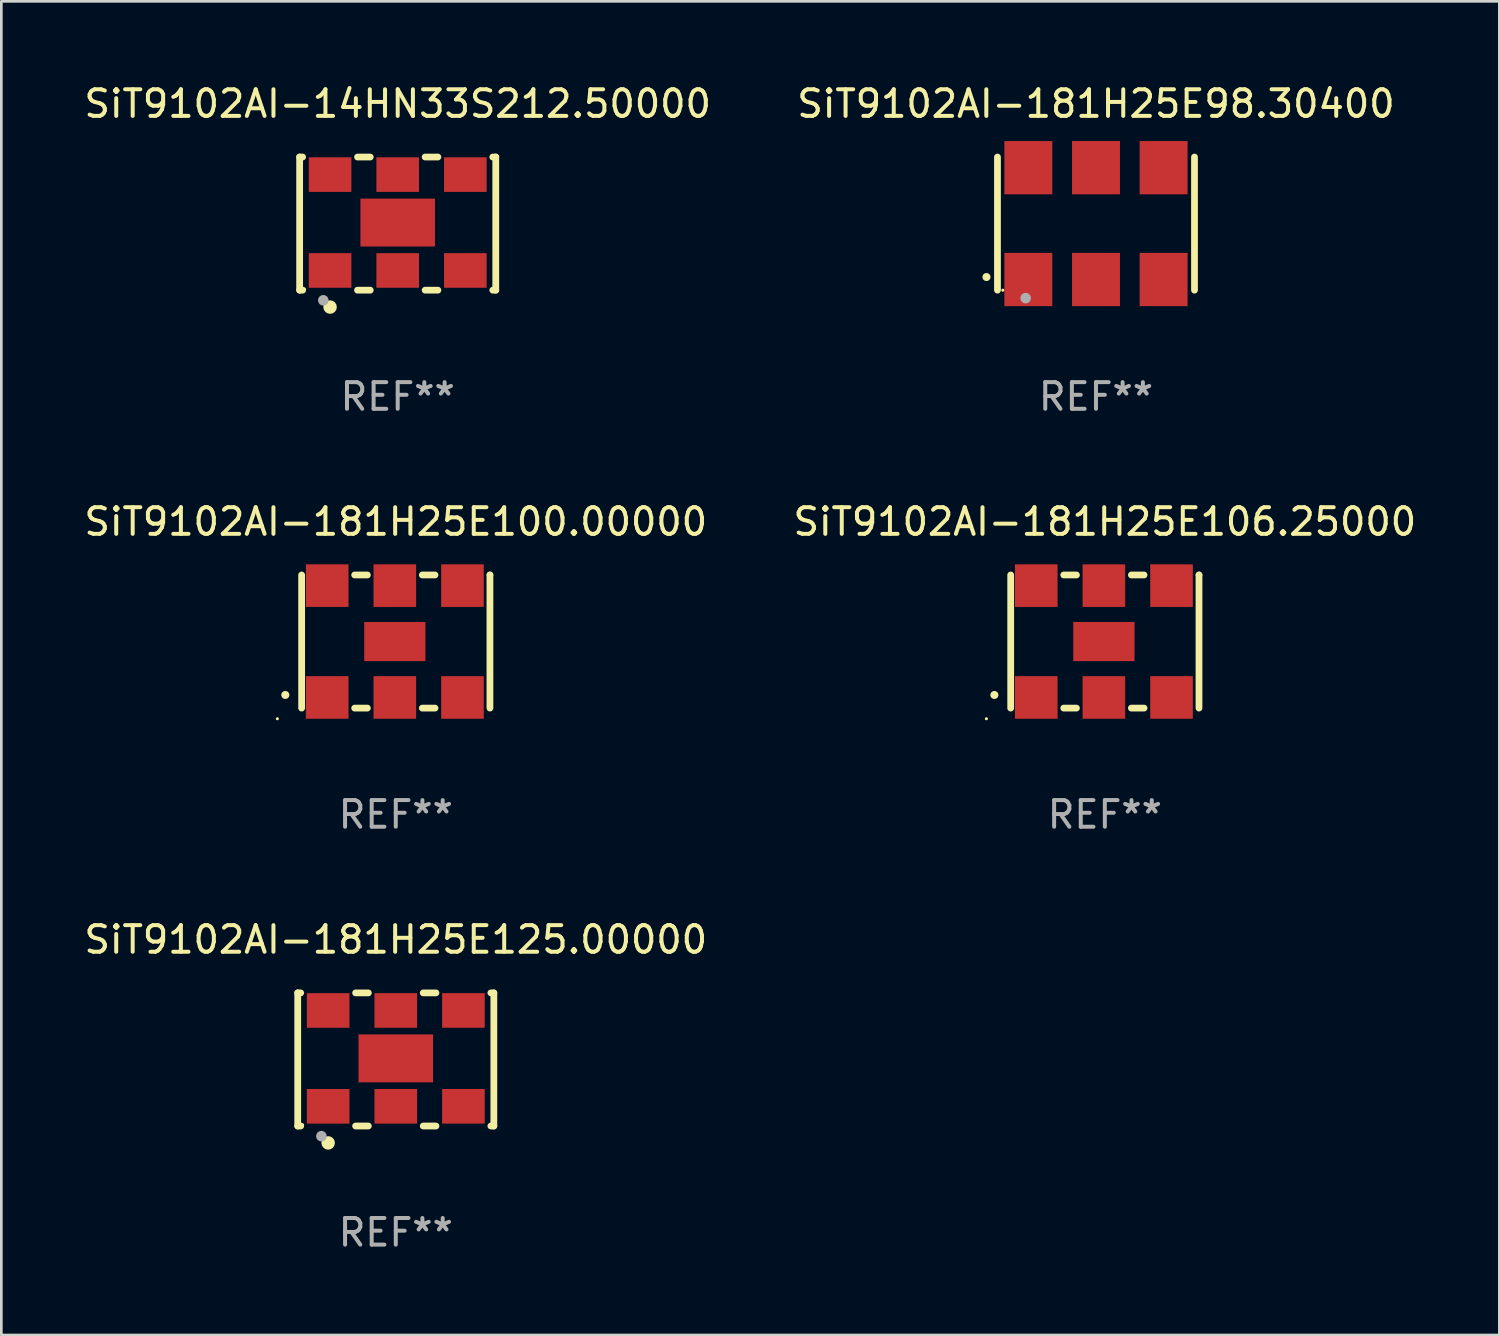
<source format=kicad_pcb>
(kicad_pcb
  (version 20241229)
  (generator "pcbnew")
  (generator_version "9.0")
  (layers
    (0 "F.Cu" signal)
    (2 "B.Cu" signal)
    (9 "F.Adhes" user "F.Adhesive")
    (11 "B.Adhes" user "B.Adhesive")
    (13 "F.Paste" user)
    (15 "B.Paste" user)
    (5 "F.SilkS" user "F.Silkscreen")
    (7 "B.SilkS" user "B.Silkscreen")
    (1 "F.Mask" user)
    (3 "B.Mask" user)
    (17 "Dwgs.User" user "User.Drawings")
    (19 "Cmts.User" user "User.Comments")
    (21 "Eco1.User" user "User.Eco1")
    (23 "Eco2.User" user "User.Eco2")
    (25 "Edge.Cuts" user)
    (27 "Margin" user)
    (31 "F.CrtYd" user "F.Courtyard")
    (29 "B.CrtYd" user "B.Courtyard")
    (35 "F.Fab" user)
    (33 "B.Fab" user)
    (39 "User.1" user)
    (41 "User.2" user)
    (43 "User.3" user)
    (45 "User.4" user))
  (footprint "SiT9102AI-181H25E106.25000"
    (layer "F.Cu")
    (at 38.446 21.045)
    (property "Reference" "SiT9102AI-181H25E106.25000" (at 0 -4.5 0) (layer "F.SilkS") (effects (font (size 1 1) (thickness 0.15))))
    (attr through_hole)
    (fp_line (start -3.536 -2.5) (end -3.536 2.5) (stroke (width 0.254) (type solid)) (layer "F.SilkS"))
    (fp_line (start -1.544 2.5) (end -1.067 2.5) (stroke (width 0.254) (type solid)) (layer "F.SilkS"))
    (fp_line (start -1.067 -2.5) (end -1.544 -2.5) (stroke (width 0.254) (type solid)) (layer "F.SilkS"))
    (fp_line (start 0.996 2.5) (end 1.473 2.5) (stroke (width 0.254) (type solid)) (layer "F.SilkS"))
    (fp_line (start 1.473 -2.5) (end 0.996 -2.5) (stroke (width 0.254) (type solid)) (layer "F.SilkS"))
    (fp_line (start 3.536 -2.5) (end 3.536 -2.5) (stroke (width 0.254) (type solid)) (layer "F.SilkS"))
    (fp_line (start 3.536 2.5) (end 3.536 -2.5) (stroke (width 0.254) (type solid)) (layer "F.SilkS"))
    (fp_arc (start -4.150432 2.006604) (mid -4.149162 2.006599) (end -4.147892 2.006604) (stroke (width 0.3) (type solid)) (layer "F.SilkS"))
    (fp_circle (center -4.449 2.9) (end -4.419 2.9) (stroke (width 0.06) (type solid)) (fill no) (layer "F.SilkS"))
    (fp_text user "REF**" (at 0 6.5 0) (layer "F.Fab") (effects (font (size 1 1) (thickness 0.15))))
    (pad "1" smd rect (at -2.576 2.1) (size 1.6 1.6) (layers "F.Cu" "F.Mask" "F.Paste"))
    (pad "2" smd rect (at -0.036 2.1) (size 1.6 1.6) (layers "F.Cu" "F.Mask" "F.Paste"))
    (pad "3" smd rect (at 2.504 2.1) (size 1.6 1.6) (layers "F.Cu" "F.Mask" "F.Paste"))
    (pad "4" smd rect (at 2.504 -2.1) (size 1.6 1.6) (layers "F.Cu" "F.Mask" "F.Paste"))
    (pad "5" smd rect (at -0.036 -2.1) (size 1.6 1.6) (layers "F.Cu" "F.Mask" "F.Paste"))
    (pad "6" smd rect (at -2.576 -2.1) (size 1.6 1.6) (layers "F.Cu" "F.Mask" "F.Paste"))
    (pad "7" smd rect (at -0.036 0) (size 2.3 1.47) (layers "F.Cu" "F.Mask" "F.Paste")))
  (footprint "SiT9102AI-181H25E125.00000"
    (layer "F.Cu")
    (at 11.815 36.741)
    (property "Reference" "SiT9102AI-181H25E125.00000" (at 0 -4.5 0) (layer "F.SilkS") (effects (font (size 1 1) (thickness 0.15))))
    (attr through_hole)
    (fp_line (start -3.683 -2.5) (end -3.571 -2.5) (stroke (width 0.254) (type solid)) (layer "F.SilkS"))
    (fp_line (start -3.683 2.5) (end -3.683 -2.5) (stroke (width 0.254) (type solid)) (layer "F.SilkS"))
    (fp_line (start -3.683 2.5) (end -3.571 2.5) (stroke (width 0.254) (type solid)) (layer "F.SilkS"))
    (fp_line (start -1.509 -2.5) (end -1.031 -2.5) (stroke (width 0.254) (type solid)) (layer "F.SilkS"))
    (fp_line (start -1.509 2.5) (end -1.031 2.5) (stroke (width 0.254) (type solid)) (layer "F.SilkS"))
    (fp_line (start 1.031 -2.5) (end 1.509 -2.5) (stroke (width 0.254) (type solid)) (layer "F.SilkS"))
    (fp_line (start 1.031 2.5) (end 1.509 2.5) (stroke (width 0.254) (type solid)) (layer "F.SilkS"))
    (fp_line (start 3.571 -2.5) (end 3.683 -2.5) (stroke (width 0.254) (type solid)) (layer "F.SilkS"))
    (fp_line (start 3.571 2.5) (end 3.683 2.5) (stroke (width 0.254) (type solid)) (layer "F.SilkS"))
    (fp_line (start 3.683 2.5) (end 3.683 -2.5) (stroke (width 0.254) (type solid)) (layer "F.SilkS"))
    (fp_circle (center -3.5 2.46) (end -3.47 2.46) (stroke (width 0.06) (type solid)) (fill no) (layer "F.SilkS"))
    (fp_circle (center -2.54 3.135) (end -2.413 3.135) (stroke (width 0.254) (type solid)) (fill no) (layer "F.SilkS"))
    (fp_circle (center -2.794 2.881) (end -2.694 2.881) (stroke (width 0.2) (type solid)) (fill no) (layer "F.Fab"))
    (fp_text user "REF**" (at 0 6.5 0) (layer "F.Fab") (effects (font (size 1 1) (thickness 0.15))))
    (pad "1" smd rect (at -2.54 1.76) (size 1.6 1.3) (layers "F.Cu" "F.Mask" "F.Paste"))
    (pad "2" smd rect (at 0 1.76) (size 1.6 1.3) (layers "F.Cu" "F.Mask" "F.Paste"))
    (pad "3" smd rect (at 2.54 1.76) (size 1.6 1.3) (layers "F.Cu" "F.Mask" "F.Paste"))
    (pad "4" smd rect (at 2.54 -1.84) (size 1.6 1.3) (layers "F.Cu" "F.Mask" "F.Paste"))
    (pad "5" smd rect (at 0 -1.84) (size 1.6 1.3) (layers "F.Cu" "F.Mask" "F.Paste"))
    (pad "6" smd rect (at -2.54 -1.84) (size 1.6 1.3) (layers "F.Cu" "F.Mask" "F.Paste"))
    (pad "7" smd rect (at 0 -0.04) (size 2.8 1.8) (layers "F.Cu" "F.Mask" "F.Paste")))
  (footprint "SiT9102AI-14HN33S212.50000"
    (layer "F.Cu")
    (at 11.887 5.348)
    (property "Reference" "SiT9102AI-14HN33S212.50000" (at 0 -4.5 0) (layer "F.SilkS") (effects (font (size 1 1) (thickness 0.15))))
    (attr through_hole)
    (fp_line (start -3.683 -2.5) (end -3.571 -2.5) (stroke (width 0.254) (type solid)) (layer "F.SilkS"))
    (fp_line (start -3.683 2.5) (end -3.683 -2.5) (stroke (width 0.254) (type solid)) (layer "F.SilkS"))
    (fp_line (start -3.683 2.5) (end -3.571 2.5) (stroke (width 0.254) (type solid)) (layer "F.SilkS"))
    (fp_line (start -1.509 -2.5) (end -1.031 -2.5) (stroke (width 0.254) (type solid)) (layer "F.SilkS"))
    (fp_line (start -1.509 2.5) (end -1.031 2.5) (stroke (width 0.254) (type solid)) (layer "F.SilkS"))
    (fp_line (start 1.031 -2.5) (end 1.509 -2.5) (stroke (width 0.254) (type solid)) (layer "F.SilkS"))
    (fp_line (start 1.031 2.5) (end 1.509 2.5) (stroke (width 0.254) (type solid)) (layer "F.SilkS"))
    (fp_line (start 3.571 -2.5) (end 3.683 -2.5) (stroke (width 0.254) (type solid)) (layer "F.SilkS"))
    (fp_line (start 3.571 2.5) (end 3.683 2.5) (stroke (width 0.254) (type solid)) (layer "F.SilkS"))
    (fp_line (start 3.683 2.5) (end 3.683 -2.5) (stroke (width 0.254) (type solid)) (layer "F.SilkS"))
    (fp_circle (center -3.5 2.46) (end -3.47 2.46) (stroke (width 0.06) (type solid)) (fill no) (layer "F.SilkS"))
    (fp_circle (center -2.54 3.135) (end -2.413 3.135) (stroke (width 0.254) (type solid)) (fill no) (layer "F.SilkS"))
    (fp_circle (center -2.794 2.881) (end -2.694 2.881) (stroke (width 0.2) (type solid)) (fill no) (layer "F.Fab"))
    (fp_text user "REF**" (at 0 6.5 0) (layer "F.Fab") (effects (font (size 1 1) (thickness 0.15))))
    (pad "1" smd rect (at -2.54 1.76) (size 1.6 1.3) (layers "F.Cu" "F.Mask" "F.Paste"))
    (pad "2" smd rect (at 0 1.76) (size 1.6 1.3) (layers "F.Cu" "F.Mask" "F.Paste"))
    (pad "3" smd rect (at 2.54 1.76) (size 1.6 1.3) (layers "F.Cu" "F.Mask" "F.Paste"))
    (pad "4" smd rect (at 2.54 -1.84) (size 1.6 1.3) (layers "F.Cu" "F.Mask" "F.Paste"))
    (pad "5" smd rect (at 0 -1.84) (size 1.6 1.3) (layers "F.Cu" "F.Mask" "F.Paste"))
    (pad "6" smd rect (at -2.54 -1.84) (size 1.6 1.3) (layers "F.Cu" "F.Mask" "F.Paste"))
    (pad "7" smd rect (at 0 -0.04) (size 2.8 1.8) (layers "F.Cu" "F.Mask" "F.Paste")))
  (footprint "SiT9102AI-181H25E100.00000"
    (layer "F.Cu")
    (at 11.815 21.045)
    (property "Reference" "SiT9102AI-181H25E100.00000" (at 0 -4.5 0) (layer "F.SilkS") (effects (font (size 1 1) (thickness 0.15))))
    (attr through_hole)
    (fp_line (start -3.536 -2.5) (end -3.536 2.5) (stroke (width 0.254) (type solid)) (layer "F.SilkS"))
    (fp_line (start -1.544 2.5) (end -1.067 2.5) (stroke (width 0.254) (type solid)) (layer "F.SilkS"))
    (fp_line (start -1.067 -2.5) (end -1.544 -2.5) (stroke (width 0.254) (type solid)) (layer "F.SilkS"))
    (fp_line (start 0.996 2.5) (end 1.473 2.5) (stroke (width 0.254) (type solid)) (layer "F.SilkS"))
    (fp_line (start 1.473 -2.5) (end 0.996 -2.5) (stroke (width 0.254) (type solid)) (layer "F.SilkS"))
    (fp_line (start 3.536 -2.5) (end 3.536 -2.5) (stroke (width 0.254) (type solid)) (layer "F.SilkS"))
    (fp_line (start 3.536 2.5) (end 3.536 -2.5) (stroke (width 0.254) (type solid)) (layer "F.SilkS"))
    (fp_arc (start -4.150432 2.006604) (mid -4.149162 2.006599) (end -4.147892 2.006604) (stroke (width 0.3) (type solid)) (layer "F.SilkS"))
    (fp_circle (center -4.449 2.9) (end -4.419 2.9) (stroke (width 0.06) (type solid)) (fill no) (layer "F.SilkS"))
    (fp_text user "REF**" (at 0 6.5 0) (layer "F.Fab") (effects (font (size 1 1) (thickness 0.15))))
    (pad "1" smd rect (at -2.576 2.1) (size 1.6 1.6) (layers "F.Cu" "F.Mask" "F.Paste"))
    (pad "2" smd rect (at -0.036 2.1) (size 1.6 1.6) (layers "F.Cu" "F.Mask" "F.Paste"))
    (pad "3" smd rect (at 2.504 2.1) (size 1.6 1.6) (layers "F.Cu" "F.Mask" "F.Paste"))
    (pad "4" smd rect (at 2.504 -2.1) (size 1.6 1.6) (layers "F.Cu" "F.Mask" "F.Paste"))
    (pad "5" smd rect (at -0.036 -2.1) (size 1.6 1.6) (layers "F.Cu" "F.Mask" "F.Paste"))
    (pad "6" smd rect (at -2.576 -2.1) (size 1.6 1.6) (layers "F.Cu" "F.Mask" "F.Paste"))
    (pad "7" smd rect (at -0.036 0) (size 2.3 1.47) (layers "F.Cu" "F.Mask" "F.Paste")))
  (footprint "SiT9102AI-181H25E98.30400"
    (layer "F.Cu")
    (at 38.113 5.348)
    (property "Reference" "SiT9102AI-181H25E98.30400" (at 0 -4.5 0) (layer "F.SilkS") (effects (font (size 1 1) (thickness 0.15))))
    (attr through_hole)
    (fp_line (start -3.7 -2.5) (end -3.7 2.5) (stroke (width 0.254) (type solid)) (layer "F.SilkS"))
    (fp_line (start 3.7 -2.5) (end 3.7 2.5) (stroke (width 0.254) (type solid)) (layer "F.SilkS"))
    (fp_arc (start -4.114415 2.006604) (mid -4.113145 2.006599) (end -4.111875 2.006604) (stroke (width 0.3) (type solid)) (layer "F.SilkS"))
    (fp_circle (center -3.5 2.501) (end -3.47 2.501) (stroke (width 0.06) (type solid)) (fill no) (layer "F.SilkS"))
    (fp_circle (center -2.641 2.799) (end -2.541 2.799) (stroke (width 0.2) (type solid)) (fill no) (layer "F.Fab"))
    (fp_text user "REF**" (at 0 6.5 0) (layer "F.Fab") (effects (font (size 1 1) (thickness 0.15))))
    (pad "1" smd rect (at -2.54 2.1) (size 1.8 2) (layers "F.Cu" "F.Mask" "F.Paste"))
    (pad "2" smd rect (at 0.000394 2.1) (size 1.8 2) (layers "F.Cu" "F.Mask" "F.Paste"))
    (pad "3" smd rect (at 2.54 2.1) (size 1.8 2) (layers "F.Cu" "F.Mask" "F.Paste"))
    (pad "4" smd rect (at 2.54 -2.1) (size 1.8 2) (layers "F.Cu" "F.Mask" "F.Paste"))
    (pad "5" smd rect (at 0.000394 -2.1) (size 1.8 2) (layers "F.Cu" "F.Mask" "F.Paste"))
    (pad "6" smd rect (at -2.54 -2.1) (size 1.8 2) (layers "F.Cu" "F.Mask" "F.Paste")))
  (gr_rect
    (start -3 -3)
    (end 53.262 47.09)
    (stroke (width 0.1) (type default))
    (fill no)
    (layer "Edge.Cuts")))
</source>
